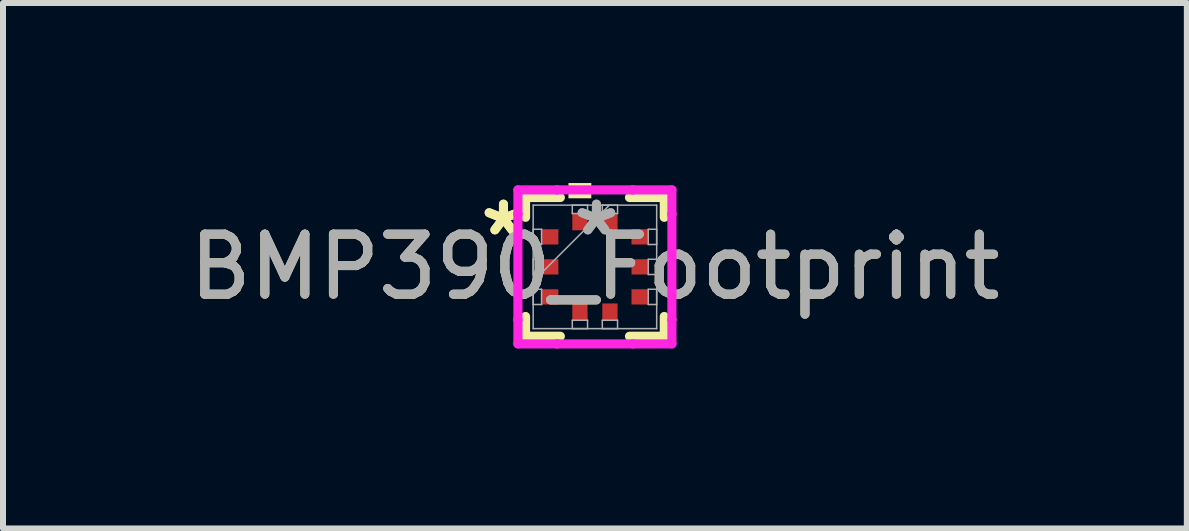
<source format=kicad_pcb>
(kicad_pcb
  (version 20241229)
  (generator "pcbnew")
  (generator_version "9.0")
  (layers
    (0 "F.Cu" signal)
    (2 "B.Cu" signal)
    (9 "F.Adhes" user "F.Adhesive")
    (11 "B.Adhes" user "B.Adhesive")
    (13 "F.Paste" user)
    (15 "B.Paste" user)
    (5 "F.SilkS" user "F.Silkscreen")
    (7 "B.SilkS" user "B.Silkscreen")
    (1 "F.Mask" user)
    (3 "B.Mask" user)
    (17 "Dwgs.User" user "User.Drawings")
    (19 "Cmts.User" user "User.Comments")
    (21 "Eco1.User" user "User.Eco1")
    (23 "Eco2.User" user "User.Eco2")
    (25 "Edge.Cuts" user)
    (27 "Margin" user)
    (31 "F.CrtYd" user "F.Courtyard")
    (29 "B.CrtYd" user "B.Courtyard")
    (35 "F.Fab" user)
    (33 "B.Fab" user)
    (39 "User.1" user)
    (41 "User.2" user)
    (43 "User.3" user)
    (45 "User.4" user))
  (footprint "BMP390_Footprint"
    (layer "F.Cu")
    (at 6.863 1.397)
    (property "Reference" "BMP390_Footprint" (at 0 0 0) (unlocked yes) (layer "F.SilkS") (effects (font (size 1 1) (thickness 0.15))))
    (attr smd)
    (fp_line (start -1.156 -1.156) (end -1.156 -0.826) (stroke (width 0.152) (type solid)) (layer "F.SilkS"))
    (fp_line (start -1.156 0.826) (end -1.156 1.156) (stroke (width 0.152) (type solid)) (layer "F.SilkS"))
    (fp_line (start -1.156 1.156) (end -0.576 1.156) (stroke (width 0.152) (type solid)) (layer "F.SilkS"))
    (fp_line (start -0.576 -1.156) (end -1.156 -1.156) (stroke (width 0.152) (type solid)) (layer "F.SilkS"))
    (fp_line (start 0.576 1.156) (end 1.156 1.156) (stroke (width 0.152) (type solid)) (layer "F.SilkS"))
    (fp_line (start 1.156 -1.156) (end 0.576 -1.156) (stroke (width 0.152) (type solid)) (layer "F.SilkS"))
    (fp_line (start 1.156 -0.826) (end 1.156 -1.156) (stroke (width 0.152) (type solid)) (layer "F.SilkS"))
    (fp_line (start 1.156 1.156) (end 1.156 0.826) (stroke (width 0.152) (type solid)) (layer "F.SilkS"))
    (fp_poly (pts (xy -0.441 -1.143) (xy -0.441 -1.397) (xy -0.06 -1.397) (xy -0.06 -1.143)) (stroke (width 0) (type solid)) (fill yes) (layer "F.SilkS"))
    (fp_line (start -1.283 -1.283) (end -0.631 -1.283) (stroke (width 0.152) (type solid)) (layer "F.CrtYd"))
    (fp_line (start -1.283 -0.881) (end -1.283 -1.283) (stroke (width 0.152) (type solid)) (layer "F.CrtYd"))
    (fp_line (start -1.283 -0.881) (end -1.283 -0.881) (stroke (width 0.152) (type solid)) (layer "F.CrtYd"))
    (fp_line (start -1.283 0.881) (end -1.283 -0.881) (stroke (width 0.152) (type solid)) (layer "F.CrtYd"))
    (fp_line (start -1.283 0.881) (end -1.283 0.881) (stroke (width 0.152) (type solid)) (layer "F.CrtYd"))
    (fp_line (start -1.283 1.283) (end -1.283 0.881) (stroke (width 0.152) (type solid)) (layer "F.CrtYd"))
    (fp_line (start -0.631 -1.283) (end -0.631 -1.283) (stroke (width 0.152) (type solid)) (layer "F.CrtYd"))
    (fp_line (start -0.631 -1.283) (end 0.631 -1.283) (stroke (width 0.152) (type solid)) (layer "F.CrtYd"))
    (fp_line (start -0.631 1.283) (end -1.283 1.283) (stroke (width 0.152) (type solid)) (layer "F.CrtYd"))
    (fp_line (start -0.631 1.283) (end -0.631 1.283) (stroke (width 0.152) (type solid)) (layer "F.CrtYd"))
    (fp_line (start 0.631 -1.283) (end 0.631 -1.283) (stroke (width 0.152) (type solid)) (layer "F.CrtYd"))
    (fp_line (start 0.631 -1.283) (end 1.283 -1.283) (stroke (width 0.152) (type solid)) (layer "F.CrtYd"))
    (fp_line (start 0.631 1.283) (end -0.631 1.283) (stroke (width 0.152) (type solid)) (layer "F.CrtYd"))
    (fp_line (start 0.631 1.283) (end 0.631 1.283) (stroke (width 0.152) (type solid)) (layer "F.CrtYd"))
    (fp_line (start 1.283 -1.283) (end 1.283 -0.881) (stroke (width 0.152) (type solid)) (layer "F.CrtYd"))
    (fp_line (start 1.283 -0.881) (end 1.283 -0.881) (stroke (width 0.152) (type solid)) (layer "F.CrtYd"))
    (fp_line (start 1.283 -0.881) (end 1.283 0.881) (stroke (width 0.152) (type solid)) (layer "F.CrtYd"))
    (fp_line (start 1.283 0.881) (end 1.283 0.881) (stroke (width 0.152) (type solid)) (layer "F.CrtYd"))
    (fp_line (start 1.283 0.881) (end 1.283 1.283) (stroke (width 0.152) (type solid)) (layer "F.CrtYd"))
    (fp_line (start 1.283 1.283) (end 0.631 1.283) (stroke (width 0.152) (type solid)) (layer "F.CrtYd"))
    (fp_line (start -1.029 -1.029) (end -1.029 1.029) (stroke (width 0.025) (type solid)) (layer "F.Fab"))
    (fp_line (start -1.029 -0.627) (end -0.889 -0.627) (stroke (width 0.025) (type solid)) (layer "F.Fab"))
    (fp_line (start -1.029 -0.373) (end -1.029 -0.627) (stroke (width 0.025) (type solid)) (layer "F.Fab"))
    (fp_line (start -1.029 -0.127) (end -0.889 -0.127) (stroke (width 0.025) (type solid)) (layer "F.Fab"))
    (fp_line (start -1.029 0.127) (end -1.029 -0.127) (stroke (width 0.025) (type solid)) (layer "F.Fab"))
    (fp_line (start -1.029 0.241) (end 0.241 -1.029) (stroke (width 0.025) (type solid)) (layer "F.Fab"))
    (fp_line (start -1.029 0.373) (end -0.889 0.373) (stroke (width 0.025) (type solid)) (layer "F.Fab"))
    (fp_line (start -1.029 0.627) (end -1.029 0.373) (stroke (width 0.025) (type solid)) (layer "F.Fab"))
    (fp_line (start -1.029 1.029) (end 1.029 1.029) (stroke (width 0.025) (type solid)) (layer "F.Fab"))
    (fp_line (start -0.889 -0.627) (end -0.889 -0.373) (stroke (width 0.025) (type solid)) (layer "F.Fab"))
    (fp_line (start -0.889 -0.373) (end -1.029 -0.373) (stroke (width 0.025) (type solid)) (layer "F.Fab"))
    (fp_line (start -0.889 -0.127) (end -0.889 0.127) (stroke (width 0.025) (type solid)) (layer "F.Fab"))
    (fp_line (start -0.889 0.127) (end -1.029 0.127) (stroke (width 0.025) (type solid)) (layer "F.Fab"))
    (fp_line (start -0.889 0.373) (end -0.889 0.627) (stroke (width 0.025) (type solid)) (layer "F.Fab"))
    (fp_line (start -0.889 0.627) (end -1.029 0.627) (stroke (width 0.025) (type solid)) (layer "F.Fab"))
    (fp_line (start -0.377 -1.029) (end -0.123 -1.029) (stroke (width 0.025) (type solid)) (layer "F.Fab"))
    (fp_line (start -0.377 -0.889) (end -0.377 -1.029) (stroke (width 0.025) (type solid)) (layer "F.Fab"))
    (fp_line (start -0.377 0.889) (end -0.123 0.889) (stroke (width 0.025) (type solid)) (layer "F.Fab"))
    (fp_line (start -0.377 1.029) (end -0.377 0.889) (stroke (width 0.025) (type solid)) (layer "F.Fab"))
    (fp_line (start -0.123 -1.029) (end -0.123 -0.889) (stroke (width 0.025) (type solid)) (layer "F.Fab"))
    (fp_line (start -0.123 -0.889) (end -0.377 -0.889) (stroke (width 0.025) (type solid)) (layer "F.Fab"))
    (fp_line (start -0.123 0.889) (end -0.123 1.029) (stroke (width 0.025) (type solid)) (layer "F.Fab"))
    (fp_line (start -0.123 1.029) (end -0.377 1.029) (stroke (width 0.025) (type solid)) (layer "F.Fab"))
    (fp_line (start 0.123 -1.029) (end 0.377 -1.029) (stroke (width 0.025) (type solid)) (layer "F.Fab"))
    (fp_line (start 0.123 -0.889) (end 0.123 -1.029) (stroke (width 0.025) (type solid)) (layer "F.Fab"))
    (fp_line (start 0.123 0.889) (end 0.377 0.889) (stroke (width 0.025) (type solid)) (layer "F.Fab"))
    (fp_line (start 0.123 1.029) (end 0.123 0.889) (stroke (width 0.025) (type solid)) (layer "F.Fab"))
    (fp_line (start 0.377 -1.029) (end 0.377 -0.889) (stroke (width 0.025) (type solid)) (layer "F.Fab"))
    (fp_line (start 0.377 -0.889) (end 0.123 -0.889) (stroke (width 0.025) (type solid)) (layer "F.Fab"))
    (fp_line (start 0.377 0.889) (end 0.377 1.029) (stroke (width 0.025) (type solid)) (layer "F.Fab"))
    (fp_line (start 0.377 1.029) (end 0.123 1.029) (stroke (width 0.025) (type solid)) (layer "F.Fab"))
    (fp_line (start 0.889 -0.627) (end 1.029 -0.627) (stroke (width 0.025) (type solid)) (layer "F.Fab"))
    (fp_line (start 0.889 -0.373) (end 0.889 -0.627) (stroke (width 0.025) (type solid)) (layer "F.Fab"))
    (fp_line (start 0.889 -0.127) (end 1.029 -0.127) (stroke (width 0.025) (type solid)) (layer "F.Fab"))
    (fp_line (start 0.889 0.127) (end 0.889 -0.127) (stroke (width 0.025) (type solid)) (layer "F.Fab"))
    (fp_line (start 0.889 0.373) (end 1.029 0.373) (stroke (width 0.025) (type solid)) (layer "F.Fab"))
    (fp_line (start 0.889 0.627) (end 0.889 0.373) (stroke (width 0.025) (type solid)) (layer "F.Fab"))
    (fp_line (start 1.029 -1.029) (end -1.029 -1.029) (stroke (width 0.025) (type solid)) (layer "F.Fab"))
    (fp_line (start 1.029 -0.627) (end 1.029 -0.373) (stroke (width 0.025) (type solid)) (layer "F.Fab"))
    (fp_line (start 1.029 -0.373) (end 0.889 -0.373) (stroke (width 0.025) (type solid)) (layer "F.Fab"))
    (fp_line (start 1.029 -0.127) (end 1.029 0.127) (stroke (width 0.025) (type solid)) (layer "F.Fab"))
    (fp_line (start 1.029 0.127) (end 0.889 0.127) (stroke (width 0.025) (type solid)) (layer "F.Fab"))
    (fp_line (start 1.029 0.373) (end 1.029 0.627) (stroke (width 0.025) (type solid)) (layer "F.Fab"))
    (fp_line (start 1.029 0.627) (end 0.889 0.627) (stroke (width 0.025) (type solid)) (layer "F.Fab"))
    (fp_line (start 1.029 1.029) (end 1.029 -1.029) (stroke (width 0.025) (type solid)) (layer "F.Fab"))
    (fp_text user "*" (at -1.524 -0.5 0) (unlocked yes) (layer "F.SilkS") (effects (font (size 1 1) (thickness 0.15))))
    (fp_text user "*" (at -1.524 -0.5 0) (layer "F.SilkS") (effects (font (size 1 1) (thickness 0.15))))
    (fp_text user "*" (at 0.025 -0.5 0) (layer "F.Fab") (effects (font (size 1 1) (thickness 0.15))))
    (fp_text user "*" (at 0.025 -0.5 0) (unlocked yes) (layer "F.Fab") (effects (font (size 1 1) (thickness 0.15))))
    (fp_text user "${REFERENCE}" (at 0 0 0) (unlocked yes) (layer "F.Fab") (effects (font (size 1 1) (thickness 0.15))))
    (pad "1" smd rect (at 0.25 -0.749) (size 0.254 0.279) (layers "F.Cu" "F.Mask" "F.Paste"))
    (pad "2" smd rect (at -0.25 -0.749) (size 0.254 0.279) (layers "F.Cu" "F.Mask" "F.Paste"))
    (pad "3" smd rect (at -0.749 -0.5 90) (size 0.254 0.279) (layers "F.Cu" "F.Mask" "F.Paste"))
    (pad "4" smd rect (at -0.749 0 90) (size 0.254 0.279) (layers "F.Cu" "F.Mask" "F.Paste"))
    (pad "5" smd rect (at -0.749 0.5 90) (size 0.254 0.279) (layers "F.Cu" "F.Mask" "F.Paste"))
    (pad "6" smd rect (at -0.25 0.749) (size 0.254 0.279) (layers "F.Cu" "F.Mask" "F.Paste"))
    (pad "7" smd rect (at 0.25 0.749) (size 0.254 0.279) (layers "F.Cu" "F.Mask" "F.Paste"))
    (pad "8" smd rect (at 0.749 0.5 90) (size 0.254 0.279) (layers "F.Cu" "F.Mask" "F.Paste"))
    (pad "9" smd rect (at 0.749 0 90) (size 0.254 0.279) (layers "F.Cu" "F.Mask" "F.Paste"))
    (pad "10" smd rect (at 0.749 -0.5 90) (size 0.254 0.279) (layers "F.Cu" "F.Mask" "F.Paste")))
  (gr_rect
    (start -3 -3)
    (end 16.726 5.756)
    (stroke (width 0.1) (type default))
    (fill no)
    (layer "Edge.Cuts")))
</source>
